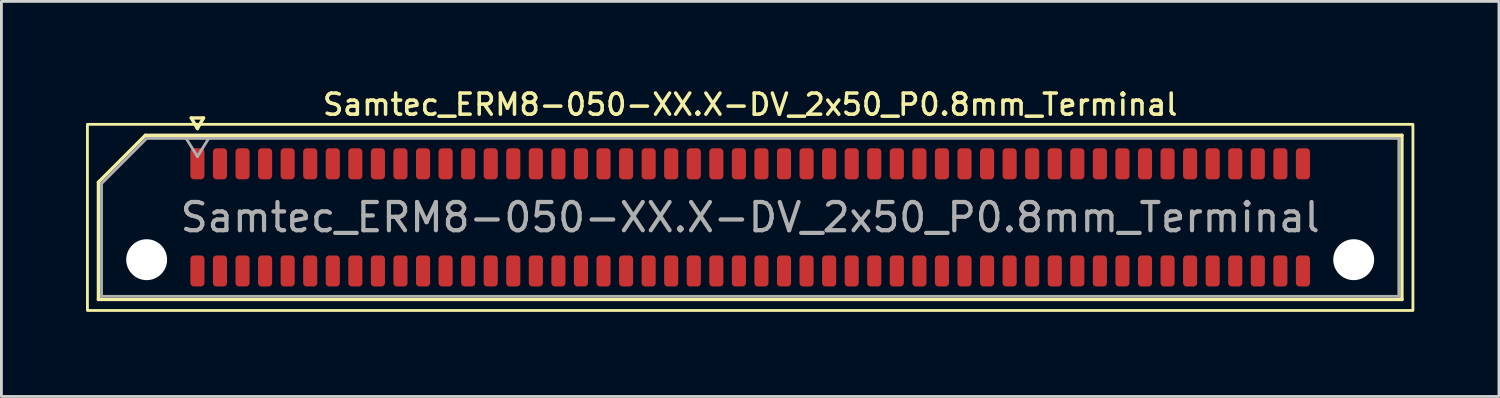
<source format=kicad_pcb>
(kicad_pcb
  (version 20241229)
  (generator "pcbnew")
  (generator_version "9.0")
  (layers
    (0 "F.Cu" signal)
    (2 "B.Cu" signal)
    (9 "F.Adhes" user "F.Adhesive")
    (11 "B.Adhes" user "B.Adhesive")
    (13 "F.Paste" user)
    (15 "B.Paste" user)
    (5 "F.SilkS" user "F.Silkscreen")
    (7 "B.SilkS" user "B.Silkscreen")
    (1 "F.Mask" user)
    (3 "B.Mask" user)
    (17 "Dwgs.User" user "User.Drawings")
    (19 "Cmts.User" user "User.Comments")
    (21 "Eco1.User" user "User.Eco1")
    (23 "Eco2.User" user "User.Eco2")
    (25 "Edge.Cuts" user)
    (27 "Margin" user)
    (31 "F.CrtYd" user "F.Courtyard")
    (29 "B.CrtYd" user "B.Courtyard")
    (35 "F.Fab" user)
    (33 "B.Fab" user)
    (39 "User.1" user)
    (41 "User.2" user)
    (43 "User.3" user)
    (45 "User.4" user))
  (footprint "Samtec_ERM8-050-XX.X-DV_2x50_P0.8mm_Terminal"
    (layer "F.Cu")
    (at 23.55 4.658)
    (property "Reference" "Samtec_ERM8-050-XX.X-DV_2x50_P0.8mm_Terminal" (at 0 -4 0) (layer "F.SilkS") (effects (font (size 0.75 0.75) (thickness 0.125))))
    (attr smd)
    (fp_line (start -23.11 -1.246) (end -21.446 -2.91) (stroke (width 0.12) (type solid)) (layer "F.SilkS"))
    (fp_line (start -23.11 2.91) (end -23.11 -1.246) (stroke (width 0.12) (type solid)) (layer "F.SilkS"))
    (fp_line (start -21.446 -2.91) (end 23.11 -2.91) (stroke (width 0.12) (type solid)) (layer "F.SilkS"))
    (fp_line (start -19.817 -3.525) (end -19.6 -3.15) (stroke (width 0.12) (type solid)) (layer "F.SilkS"))
    (fp_line (start -19.6 -3.15) (end -19.383 -3.525) (stroke (width 0.12) (type solid)) (layer "F.SilkS"))
    (fp_line (start -19.383 -3.525) (end -19.817 -3.525) (stroke (width 0.12) (type solid)) (layer "F.SilkS"))
    (fp_line (start 23.11 -2.91) (end 23.11 2.91) (stroke (width 0.12) (type solid)) (layer "F.SilkS"))
    (fp_line (start 23.11 2.91) (end -23.11 2.91) (stroke (width 0.12) (type solid)) (layer "F.SilkS"))
    (fp_rect (start -23.5 -3.3) (end 23.5 3.3) (stroke (width 0.1) (type solid)) (fill no) (layer "F.SilkS"))
    (fp_line (start -23 -1.2) (end -21.4 -2.8) (stroke (width 0.1) (type solid)) (layer "F.Fab"))
    (fp_line (start -23 2.8) (end -23 -1.2) (stroke (width 0.1) (type solid)) (layer "F.Fab"))
    (fp_line (start -21.4 -2.8) (end 23 -2.8) (stroke (width 0.1) (type solid)) (layer "F.Fab"))
    (fp_line (start -20 -2.8) (end -19.6 -2.16) (stroke (width 0.1) (type solid)) (layer "F.Fab"))
    (fp_line (start -19.6 -2.16) (end -19.2 -2.8) (stroke (width 0.1) (type solid)) (layer "F.Fab"))
    (fp_line (start 23 -2.8) (end 23 2.8) (stroke (width 0.1) (type solid)) (layer "F.Fab"))
    (fp_line (start 23 2.8) (end -23 2.8) (stroke (width 0.1) (type solid)) (layer "F.Fab"))
    (fp_text user "${REFERENCE}" (at 0 0 0) (layer "F.Fab") (effects (font (size 1 1) (thickness 0.15))))
    (pad "" np_thru_hole circle (at -21.4 1.5) (size 1.45 1.45) (drill 1.45) (layers "*.Cu" "*.Mask"))
    (pad "" np_thru_hole circle (at 21.4 1.5) (size 1.45 1.45) (drill 1.45) (layers "*.Cu" "*.Mask"))
    (pad "1" smd roundrect (at -19.6 -1.9) (size 0.5 1.1) (layers "F.Cu" "F.Mask" "F.Paste") (roundrect_rratio 0.25))
    (pad "2" smd roundrect (at -19.6 1.9) (size 0.5 1.1) (layers "F.Cu" "F.Mask" "F.Paste") (roundrect_rratio 0.25))
    (pad "3" smd roundrect (at -18.8 -1.9) (size 0.5 1.1) (layers "F.Cu" "F.Mask" "F.Paste") (roundrect_rratio 0.25))
    (pad "4" smd roundrect (at -18.8 1.9) (size 0.5 1.1) (layers "F.Cu" "F.Mask" "F.Paste") (roundrect_rratio 0.25))
    (pad "5" smd roundrect (at -18 -1.9) (size 0.5 1.1) (layers "F.Cu" "F.Mask" "F.Paste") (roundrect_rratio 0.25))
    (pad "6" smd roundrect (at -18 1.9) (size 0.5 1.1) (layers "F.Cu" "F.Mask" "F.Paste") (roundrect_rratio 0.25))
    (pad "7" smd roundrect (at -17.2 -1.9) (size 0.5 1.1) (layers "F.Cu" "F.Mask" "F.Paste") (roundrect_rratio 0.25))
    (pad "8" smd roundrect (at -17.2 1.9) (size 0.5 1.1) (layers "F.Cu" "F.Mask" "F.Paste") (roundrect_rratio 0.25))
    (pad "9" smd roundrect (at -16.4 -1.9) (size 0.5 1.1) (layers "F.Cu" "F.Mask" "F.Paste") (roundrect_rratio 0.25))
    (pad "10" smd roundrect (at -16.4 1.9) (size 0.5 1.1) (layers "F.Cu" "F.Mask" "F.Paste") (roundrect_rratio 0.25))
    (pad "11" smd roundrect (at -15.6 -1.9) (size 0.5 1.1) (layers "F.Cu" "F.Mask" "F.Paste") (roundrect_rratio 0.25))
    (pad "12" smd roundrect (at -15.6 1.9) (size 0.5 1.1) (layers "F.Cu" "F.Mask" "F.Paste") (roundrect_rratio 0.25))
    (pad "13" smd roundrect (at -14.8 -1.9) (size 0.5 1.1) (layers "F.Cu" "F.Mask" "F.Paste") (roundrect_rratio 0.25))
    (pad "14" smd roundrect (at -14.8 1.9) (size 0.5 1.1) (layers "F.Cu" "F.Mask" "F.Paste") (roundrect_rratio 0.25))
    (pad "15" smd roundrect (at -14 -1.9) (size 0.5 1.1) (layers "F.Cu" "F.Mask" "F.Paste") (roundrect_rratio 0.25))
    (pad "16" smd roundrect (at -14 1.9) (size 0.5 1.1) (layers "F.Cu" "F.Mask" "F.Paste") (roundrect_rratio 0.25))
    (pad "17" smd roundrect (at -13.2 -1.9) (size 0.5 1.1) (layers "F.Cu" "F.Mask" "F.Paste") (roundrect_rratio 0.25))
    (pad "18" smd roundrect (at -13.2 1.9) (size 0.5 1.1) (layers "F.Cu" "F.Mask" "F.Paste") (roundrect_rratio 0.25))
    (pad "19" smd roundrect (at -12.4 -1.9) (size 0.5 1.1) (layers "F.Cu" "F.Mask" "F.Paste") (roundrect_rratio 0.25))
    (pad "20" smd roundrect (at -12.4 1.9) (size 0.5 1.1) (layers "F.Cu" "F.Mask" "F.Paste") (roundrect_rratio 0.25))
    (pad "21" smd roundrect (at -11.6 -1.9) (size 0.5 1.1) (layers "F.Cu" "F.Mask" "F.Paste") (roundrect_rratio 0.25))
    (pad "22" smd roundrect (at -11.6 1.9) (size 0.5 1.1) (layers "F.Cu" "F.Mask" "F.Paste") (roundrect_rratio 0.25))
    (pad "23" smd roundrect (at -10.8 -1.9) (size 0.5 1.1) (layers "F.Cu" "F.Mask" "F.Paste") (roundrect_rratio 0.25))
    (pad "24" smd roundrect (at -10.8 1.9) (size 0.5 1.1) (layers "F.Cu" "F.Mask" "F.Paste") (roundrect_rratio 0.25))
    (pad "25" smd roundrect (at -10 -1.9) (size 0.5 1.1) (layers "F.Cu" "F.Mask" "F.Paste") (roundrect_rratio 0.25))
    (pad "26" smd roundrect (at -10 1.9) (size 0.5 1.1) (layers "F.Cu" "F.Mask" "F.Paste") (roundrect_rratio 0.25))
    (pad "27" smd roundrect (at -9.2 -1.9) (size 0.5 1.1) (layers "F.Cu" "F.Mask" "F.Paste") (roundrect_rratio 0.25))
    (pad "28" smd roundrect (at -9.2 1.9) (size 0.5 1.1) (layers "F.Cu" "F.Mask" "F.Paste") (roundrect_rratio 0.25))
    (pad "29" smd roundrect (at -8.4 -1.9) (size 0.5 1.1) (layers "F.Cu" "F.Mask" "F.Paste") (roundrect_rratio 0.25))
    (pad "30" smd roundrect (at -8.4 1.9) (size 0.5 1.1) (layers "F.Cu" "F.Mask" "F.Paste") (roundrect_rratio 0.25))
    (pad "31" smd roundrect (at -7.6 -1.9) (size 0.5 1.1) (layers "F.Cu" "F.Mask" "F.Paste") (roundrect_rratio 0.25))
    (pad "32" smd roundrect (at -7.6 1.9) (size 0.5 1.1) (layers "F.Cu" "F.Mask" "F.Paste") (roundrect_rratio 0.25))
    (pad "33" smd roundrect (at -6.8 -1.9) (size 0.5 1.1) (layers "F.Cu" "F.Mask" "F.Paste") (roundrect_rratio 0.25))
    (pad "34" smd roundrect (at -6.8 1.9) (size 0.5 1.1) (layers "F.Cu" "F.Mask" "F.Paste") (roundrect_rratio 0.25))
    (pad "35" smd roundrect (at -6 -1.9) (size 0.5 1.1) (layers "F.Cu" "F.Mask" "F.Paste") (roundrect_rratio 0.25))
    (pad "36" smd roundrect (at -6 1.9) (size 0.5 1.1) (layers "F.Cu" "F.Mask" "F.Paste") (roundrect_rratio 0.25))
    (pad "37" smd roundrect (at -5.2 -1.9) (size 0.5 1.1) (layers "F.Cu" "F.Mask" "F.Paste") (roundrect_rratio 0.25))
    (pad "38" smd roundrect (at -5.2 1.9) (size 0.5 1.1) (layers "F.Cu" "F.Mask" "F.Paste") (roundrect_rratio 0.25))
    (pad "39" smd roundrect (at -4.4 -1.9) (size 0.5 1.1) (layers "F.Cu" "F.Mask" "F.Paste") (roundrect_rratio 0.25))
    (pad "40" smd roundrect (at -4.4 1.9) (size 0.5 1.1) (layers "F.Cu" "F.Mask" "F.Paste") (roundrect_rratio 0.25))
    (pad "41" smd roundrect (at -3.6 -1.9) (size 0.5 1.1) (layers "F.Cu" "F.Mask" "F.Paste") (roundrect_rratio 0.25))
    (pad "42" smd roundrect (at -3.6 1.9) (size 0.5 1.1) (layers "F.Cu" "F.Mask" "F.Paste") (roundrect_rratio 0.25))
    (pad "43" smd roundrect (at -2.8 -1.9) (size 0.5 1.1) (layers "F.Cu" "F.Mask" "F.Paste") (roundrect_rratio 0.25))
    (pad "44" smd roundrect (at -2.8 1.9) (size 0.5 1.1) (layers "F.Cu" "F.Mask" "F.Paste") (roundrect_rratio 0.25))
    (pad "45" smd roundrect (at -2 -1.9) (size 0.5 1.1) (layers "F.Cu" "F.Mask" "F.Paste") (roundrect_rratio 0.25))
    (pad "46" smd roundrect (at -2 1.9) (size 0.5 1.1) (layers "F.Cu" "F.Mask" "F.Paste") (roundrect_rratio 0.25))
    (pad "47" smd roundrect (at -1.2 -1.9) (size 0.5 1.1) (layers "F.Cu" "F.Mask" "F.Paste") (roundrect_rratio 0.25))
    (pad "48" smd roundrect (at -1.2 1.9) (size 0.5 1.1) (layers "F.Cu" "F.Mask" "F.Paste") (roundrect_rratio 0.25))
    (pad "49" smd roundrect (at -0.4 -1.9) (size 0.5 1.1) (layers "F.Cu" "F.Mask" "F.Paste") (roundrect_rratio 0.25))
    (pad "50" smd roundrect (at -0.4 1.9) (size 0.5 1.1) (layers "F.Cu" "F.Mask" "F.Paste") (roundrect_rratio 0.25))
    (pad "51" smd roundrect (at 0.4 -1.9) (size 0.5 1.1) (layers "F.Cu" "F.Mask" "F.Paste") (roundrect_rratio 0.25))
    (pad "52" smd roundrect (at 0.4 1.9) (size 0.5 1.1) (layers "F.Cu" "F.Mask" "F.Paste") (roundrect_rratio 0.25))
    (pad "53" smd roundrect (at 1.2 -1.9) (size 0.5 1.1) (layers "F.Cu" "F.Mask" "F.Paste") (roundrect_rratio 0.25))
    (pad "54" smd roundrect (at 1.2 1.9) (size 0.5 1.1) (layers "F.Cu" "F.Mask" "F.Paste") (roundrect_rratio 0.25))
    (pad "55" smd roundrect (at 2 -1.9) (size 0.5 1.1) (layers "F.Cu" "F.Mask" "F.Paste") (roundrect_rratio 0.25))
    (pad "56" smd roundrect (at 2 1.9) (size 0.5 1.1) (layers "F.Cu" "F.Mask" "F.Paste") (roundrect_rratio 0.25))
    (pad "57" smd roundrect (at 2.8 -1.9) (size 0.5 1.1) (layers "F.Cu" "F.Mask" "F.Paste") (roundrect_rratio 0.25))
    (pad "58" smd roundrect (at 2.8 1.9) (size 0.5 1.1) (layers "F.Cu" "F.Mask" "F.Paste") (roundrect_rratio 0.25))
    (pad "59" smd roundrect (at 3.6 -1.9) (size 0.5 1.1) (layers "F.Cu" "F.Mask" "F.Paste") (roundrect_rratio 0.25))
    (pad "60" smd roundrect (at 3.6 1.9) (size 0.5 1.1) (layers "F.Cu" "F.Mask" "F.Paste") (roundrect_rratio 0.25))
    (pad "61" smd roundrect (at 4.4 -1.9) (size 0.5 1.1) (layers "F.Cu" "F.Mask" "F.Paste") (roundrect_rratio 0.25))
    (pad "62" smd roundrect (at 4.4 1.9) (size 0.5 1.1) (layers "F.Cu" "F.Mask" "F.Paste") (roundrect_rratio 0.25))
    (pad "63" smd roundrect (at 5.2 -1.9) (size 0.5 1.1) (layers "F.Cu" "F.Mask" "F.Paste") (roundrect_rratio 0.25))
    (pad "64" smd roundrect (at 5.2 1.9) (size 0.5 1.1) (layers "F.Cu" "F.Mask" "F.Paste") (roundrect_rratio 0.25))
    (pad "65" smd roundrect (at 6 -1.9) (size 0.5 1.1) (layers "F.Cu" "F.Mask" "F.Paste") (roundrect_rratio 0.25))
    (pad "66" smd roundrect (at 6 1.9) (size 0.5 1.1) (layers "F.Cu" "F.Mask" "F.Paste") (roundrect_rratio 0.25))
    (pad "67" smd roundrect (at 6.8 -1.9) (size 0.5 1.1) (layers "F.Cu" "F.Mask" "F.Paste") (roundrect_rratio 0.25))
    (pad "68" smd roundrect (at 6.8 1.9) (size 0.5 1.1) (layers "F.Cu" "F.Mask" "F.Paste") (roundrect_rratio 0.25))
    (pad "69" smd roundrect (at 7.6 -1.9) (size 0.5 1.1) (layers "F.Cu" "F.Mask" "F.Paste") (roundrect_rratio 0.25))
    (pad "70" smd roundrect (at 7.6 1.9) (size 0.5 1.1) (layers "F.Cu" "F.Mask" "F.Paste") (roundrect_rratio 0.25))
    (pad "71" smd roundrect (at 8.4 -1.9) (size 0.5 1.1) (layers "F.Cu" "F.Mask" "F.Paste") (roundrect_rratio 0.25))
    (pad "72" smd roundrect (at 8.4 1.9) (size 0.5 1.1) (layers "F.Cu" "F.Mask" "F.Paste") (roundrect_rratio 0.25))
    (pad "73" smd roundrect (at 9.2 -1.9) (size 0.5 1.1) (layers "F.Cu" "F.Mask" "F.Paste") (roundrect_rratio 0.25))
    (pad "74" smd roundrect (at 9.2 1.9) (size 0.5 1.1) (layers "F.Cu" "F.Mask" "F.Paste") (roundrect_rratio 0.25))
    (pad "75" smd roundrect (at 10 -1.9) (size 0.5 1.1) (layers "F.Cu" "F.Mask" "F.Paste") (roundrect_rratio 0.25))
    (pad "76" smd roundrect (at 10 1.9) (size 0.5 1.1) (layers "F.Cu" "F.Mask" "F.Paste") (roundrect_rratio 0.25))
    (pad "77" smd roundrect (at 10.8 -1.9) (size 0.5 1.1) (layers "F.Cu" "F.Mask" "F.Paste") (roundrect_rratio 0.25))
    (pad "78" smd roundrect (at 10.8 1.9) (size 0.5 1.1) (layers "F.Cu" "F.Mask" "F.Paste") (roundrect_rratio 0.25))
    (pad "79" smd roundrect (at 11.6 -1.9) (size 0.5 1.1) (layers "F.Cu" "F.Mask" "F.Paste") (roundrect_rratio 0.25))
    (pad "80" smd roundrect (at 11.6 1.9) (size 0.5 1.1) (layers "F.Cu" "F.Mask" "F.Paste") (roundrect_rratio 0.25))
    (pad "81" smd roundrect (at 12.4 -1.9) (size 0.5 1.1) (layers "F.Cu" "F.Mask" "F.Paste") (roundrect_rratio 0.25))
    (pad "82" smd roundrect (at 12.4 1.9) (size 0.5 1.1) (layers "F.Cu" "F.Mask" "F.Paste") (roundrect_rratio 0.25))
    (pad "83" smd roundrect (at 13.2 -1.9) (size 0.5 1.1) (layers "F.Cu" "F.Mask" "F.Paste") (roundrect_rratio 0.25))
    (pad "84" smd roundrect (at 13.2 1.9) (size 0.5 1.1) (layers "F.Cu" "F.Mask" "F.Paste") (roundrect_rratio 0.25))
    (pad "85" smd roundrect (at 14 -1.9) (size 0.5 1.1) (layers "F.Cu" "F.Mask" "F.Paste") (roundrect_rratio 0.25))
    (pad "86" smd roundrect (at 14 1.9) (size 0.5 1.1) (layers "F.Cu" "F.Mask" "F.Paste") (roundrect_rratio 0.25))
    (pad "87" smd roundrect (at 14.8 -1.9) (size 0.5 1.1) (layers "F.Cu" "F.Mask" "F.Paste") (roundrect_rratio 0.25))
    (pad "88" smd roundrect (at 14.8 1.9) (size 0.5 1.1) (layers "F.Cu" "F.Mask" "F.Paste") (roundrect_rratio 0.25))
    (pad "89" smd roundrect (at 15.6 -1.9) (size 0.5 1.1) (layers "F.Cu" "F.Mask" "F.Paste") (roundrect_rratio 0.25))
    (pad "90" smd roundrect (at 15.6 1.9) (size 0.5 1.1) (layers "F.Cu" "F.Mask" "F.Paste") (roundrect_rratio 0.25))
    (pad "91" smd roundrect (at 16.4 -1.9) (size 0.5 1.1) (layers "F.Cu" "F.Mask" "F.Paste") (roundrect_rratio 0.25))
    (pad "92" smd roundrect (at 16.4 1.9) (size 0.5 1.1) (layers "F.Cu" "F.Mask" "F.Paste") (roundrect_rratio 0.25))
    (pad "93" smd roundrect (at 17.2 -1.9) (size 0.5 1.1) (layers "F.Cu" "F.Mask" "F.Paste") (roundrect_rratio 0.25))
    (pad "94" smd roundrect (at 17.2 1.9) (size 0.5 1.1) (layers "F.Cu" "F.Mask" "F.Paste") (roundrect_rratio 0.25))
    (pad "95" smd roundrect (at 18 -1.9) (size 0.5 1.1) (layers "F.Cu" "F.Mask" "F.Paste") (roundrect_rratio 0.25))
    (pad "96" smd roundrect (at 18 1.9) (size 0.5 1.1) (layers "F.Cu" "F.Mask" "F.Paste") (roundrect_rratio 0.25))
    (pad "97" smd roundrect (at 18.8 -1.9) (size 0.5 1.1) (layers "F.Cu" "F.Mask" "F.Paste") (roundrect_rratio 0.25))
    (pad "98" smd roundrect (at 18.8 1.9) (size 0.5 1.1) (layers "F.Cu" "F.Mask" "F.Paste") (roundrect_rratio 0.25))
    (pad "99" smd roundrect (at 19.6 -1.9) (size 0.5 1.1) (layers "F.Cu" "F.Mask" "F.Paste") (roundrect_rratio 0.25))
    (pad "100" smd roundrect (at 19.6 1.9) (size 0.5 1.1) (layers "F.Cu" "F.Mask" "F.Paste") (roundrect_rratio 0.25)))
  (gr_rect
    (start -3 -3)
    (end 50.1 11.008)
    (stroke (width 0.1) (type default))
    (fill no)
    (layer "Edge.Cuts")))
</source>
